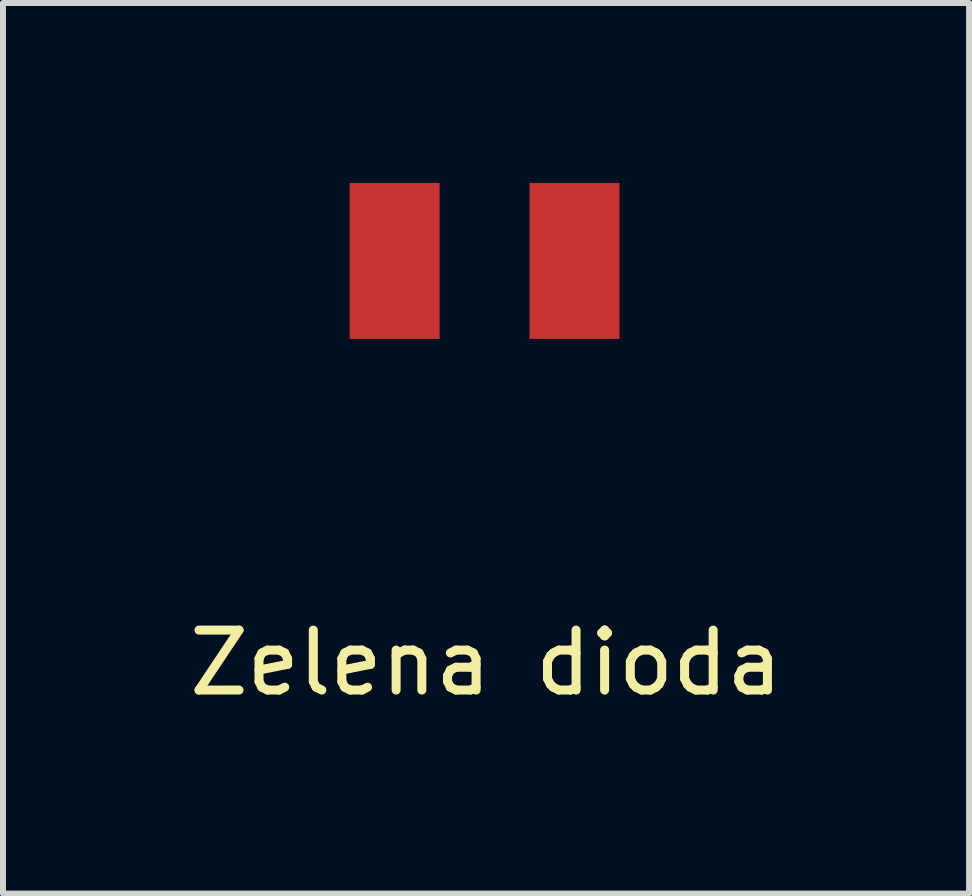
<source format=kicad_pcb>
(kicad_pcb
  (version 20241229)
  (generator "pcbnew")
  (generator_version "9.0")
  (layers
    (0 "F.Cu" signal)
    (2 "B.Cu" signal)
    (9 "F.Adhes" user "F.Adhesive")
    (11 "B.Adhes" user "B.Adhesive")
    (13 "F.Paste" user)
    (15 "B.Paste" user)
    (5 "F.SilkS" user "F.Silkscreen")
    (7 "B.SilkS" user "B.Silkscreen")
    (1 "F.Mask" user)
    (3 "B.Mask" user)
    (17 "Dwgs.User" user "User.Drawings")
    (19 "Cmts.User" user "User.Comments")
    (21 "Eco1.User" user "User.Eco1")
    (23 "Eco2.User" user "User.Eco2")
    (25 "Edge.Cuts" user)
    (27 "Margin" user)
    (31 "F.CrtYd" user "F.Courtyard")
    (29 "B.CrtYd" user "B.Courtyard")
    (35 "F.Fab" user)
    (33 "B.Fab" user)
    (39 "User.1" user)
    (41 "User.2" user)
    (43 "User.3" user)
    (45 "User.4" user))
  (footprint "Zelena dioda"
    (layer "F.Cu")
    (at 5.029 1.3)
    (property "Reference" "Zelena dioda" (at 0.025 6.7 0) (layer "F.SilkS") (effects (font (size 1 1) (thickness 0.15))))
    (attr through_hole)
    (pad "1" smd rect (at -1.5 0) (size 1.5 2.6) (layers "F.Cu" "F.Mask" "F.Paste"))
    (pad "2" smd rect (at 1.5 0) (size 1.5 2.6) (layers "F.Cu" "F.Mask" "F.Paste")))
  (gr_rect
    (start -3 -3)
    (end 13.107 11.848)
    (stroke (width 0.1) (type default))
    (fill no)
    (layer "Edge.Cuts")))
</source>
